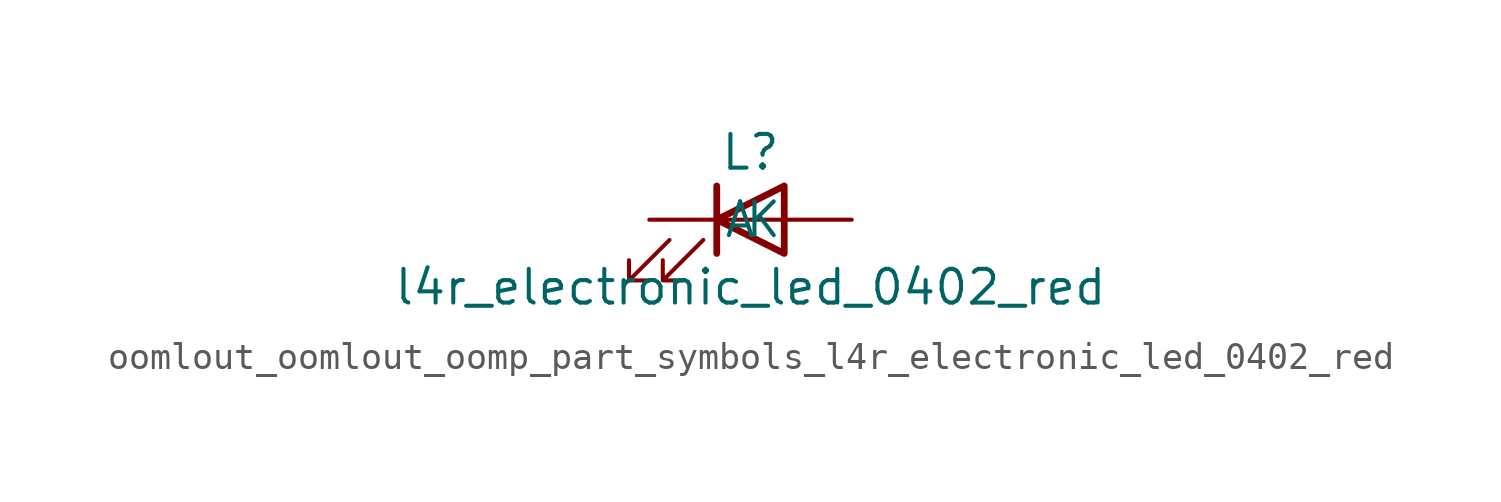
<source format=kicad_sym>
(kicad_symbol_lib
  (version 20220914)
  (generator kicad_symbol_editor)
  (symbol "oomlout_oomlout_oomp_part_symbols_l4r_electronic_led_0402_red"
    (pin_numbers hide)
    (pin_names
      (offset 1.016))
    (property "Reference" "L"
      (at 0 2.54 0)
      (effects (font (size 1.27 1.27))))
    (property "Value" "l4r_electronic_led_0402_red"
      (at 0 -2.54 0)
      (effects (font (size 1.27 1.27))))
    (symbol "oomlout_oomlout_oomp_part_symbols_l4r_electronic_led_0402_red_0_1"
      (polyline (pts (xy -1.27 -1.27) (xy -1.27 1.27)) (stroke (width 0.254) (type default)) (fill (type none)))
      (polyline (pts (xy -1.27 0) (xy 1.27 0)) (stroke (width 0) (type default)) (fill (type none)))
      (polyline (pts (xy 1.27 -1.27) (xy 1.27 1.27) (xy -1.27 0) (xy 1.27 -1.27)) (stroke (width 0.254) (type default)) (fill (type none)))
      (polyline (pts (xy -3.048 -0.762) (xy -4.572 -2.286) (xy -3.81 -2.286) (xy -4.572 -2.286) (xy -4.572 -1.524)) (stroke (width 0) (type default)) (fill (type none)))
      (polyline (pts (xy -1.778 -0.762) (xy -3.302 -2.286) (xy -2.54 -2.286) (xy -3.302 -2.286) (xy -3.302 -1.524)) (stroke (width 0) (type default)) (fill (type none))))
    (symbol "oomlout_oomlout_oomp_part_symbols_l4r_electronic_led_0402_red_1_1"
      (pin passive line (at -3.81 0 0) (length 2.54) (name "K" (effects (font (size 1.27 1.27)))) (number "1" (effects (font (size 1.27 1.27)))))
      (pin passive line (at 3.81 0 180) (length 2.54) (name "A" (effects (font (size 1.27 1.27)))) (number "2" (effects (font (size 1.27 1.27))))))))
</source>
